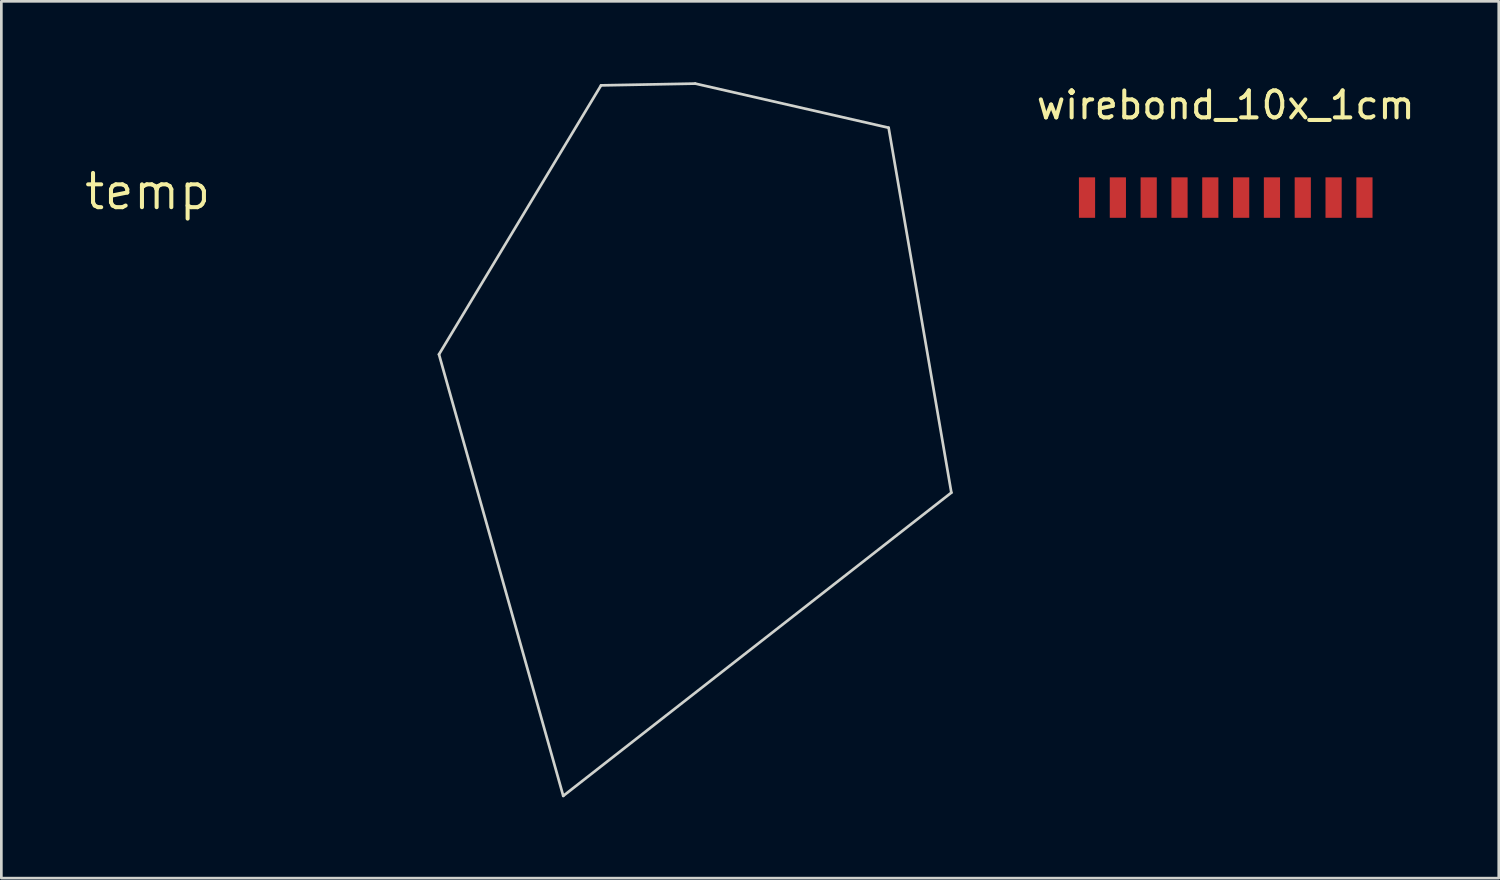
<source format=kicad_pcb>
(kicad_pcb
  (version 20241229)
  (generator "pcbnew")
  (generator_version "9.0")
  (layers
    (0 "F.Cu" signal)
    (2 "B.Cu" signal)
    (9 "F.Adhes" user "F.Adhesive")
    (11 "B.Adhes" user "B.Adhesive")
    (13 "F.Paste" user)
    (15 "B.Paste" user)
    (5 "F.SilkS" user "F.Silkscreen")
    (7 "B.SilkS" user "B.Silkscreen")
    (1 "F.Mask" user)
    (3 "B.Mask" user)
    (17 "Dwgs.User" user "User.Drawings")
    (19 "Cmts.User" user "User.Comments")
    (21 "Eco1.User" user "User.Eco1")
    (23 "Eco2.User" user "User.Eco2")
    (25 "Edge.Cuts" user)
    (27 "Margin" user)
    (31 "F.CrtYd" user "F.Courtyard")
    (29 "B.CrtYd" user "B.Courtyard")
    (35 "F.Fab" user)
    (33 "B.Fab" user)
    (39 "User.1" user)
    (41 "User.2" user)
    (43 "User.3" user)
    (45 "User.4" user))
  (footprint "temp"
    (layer "F.Cu")
    (at 2.426 4.053)
    (property "Reference" "temp" (at 0 0 0) (layer "F.SilkS") (effects (font (size 1.27 1.27) (thickness 0.15))))
    (attr through_hole)
    (fp_line (start 10.803 6.039) (end 15.411 22.412) (stroke (width 0.1) (type solid)) (layer "Edge.Cuts"))
    (fp_line (start 15.411 22.412) (end 29.804 11.166) (stroke (width 0.1) (type solid)) (layer "Edge.Cuts"))
    (fp_line (start 16.813 -3.937) (end 10.803 6.039) (stroke (width 0.1) (type solid)) (layer "Edge.Cuts"))
    (fp_line (start 20.304 -4.003) (end 16.813 -3.937) (stroke (width 0.1) (type solid)) (layer "Edge.Cuts"))
    (fp_line (start 27.478 -2.366) (end 20.304 -4.003) (stroke (width 0.1) (type solid)) (layer "Edge.Cuts"))
    (fp_line (start 29.804 11.166) (end 27.478 -2.366) (stroke (width 0.1) (type solid)) (layer "Edge.Cuts")))
  (footprint "wirebond_10x_1cm"
    (layer "F.Cu")
    (at 42.405 4.277)
    (property "Reference" "wirebond_10x_1cm" (at 0 -3.429 0) (layer "F.SilkS") (effects (font (size 1 1) (thickness 0.15))))
    (attr through_hole)
    (pad "1" smd rect (at -5.144 0) (size 0.6 1.5) (layers "F.Cu" "F.Mask" "F.Paste"))
    (pad "2" smd rect (at -4 0) (size 0.6 1.5) (layers "F.Cu" "F.Mask" "F.Paste"))
    (pad "3" smd rect (at -2.857 0) (size 0.6 1.5) (layers "F.Cu" "F.Mask" "F.Paste"))
    (pad "4" smd rect (at -1.714 0) (size 0.6 1.5) (layers "F.Cu" "F.Mask" "F.Paste"))
    (pad "5" smd rect (at -0.572 0) (size 0.6 1.5) (layers "F.Cu" "F.Mask" "F.Paste"))
    (pad "6" smd rect (at 0.572 0) (size 0.6 1.5) (layers "F.Cu" "F.Mask" "F.Paste"))
    (pad "7" smd rect (at 1.714 0) (size 0.6 1.5) (layers "F.Cu" "F.Mask" "F.Paste"))
    (pad "8" smd rect (at 2.857 0) (size 0.6 1.5) (layers "F.Cu" "F.Mask" "F.Paste"))
    (pad "9" smd rect (at 4 0) (size 0.6 1.5) (layers "F.Cu" "F.Mask" "F.Paste"))
    (pad "10" smd rect (at 5.144 0) (size 0.6 1.5) (layers "F.Cu" "F.Mask" "F.Paste")))
  (gr_rect
    (start -3 -3)
    (end 52.53 29.515)
    (stroke (width 0.1) (type default))
    (fill no)
    (layer "Edge.Cuts")))
</source>
